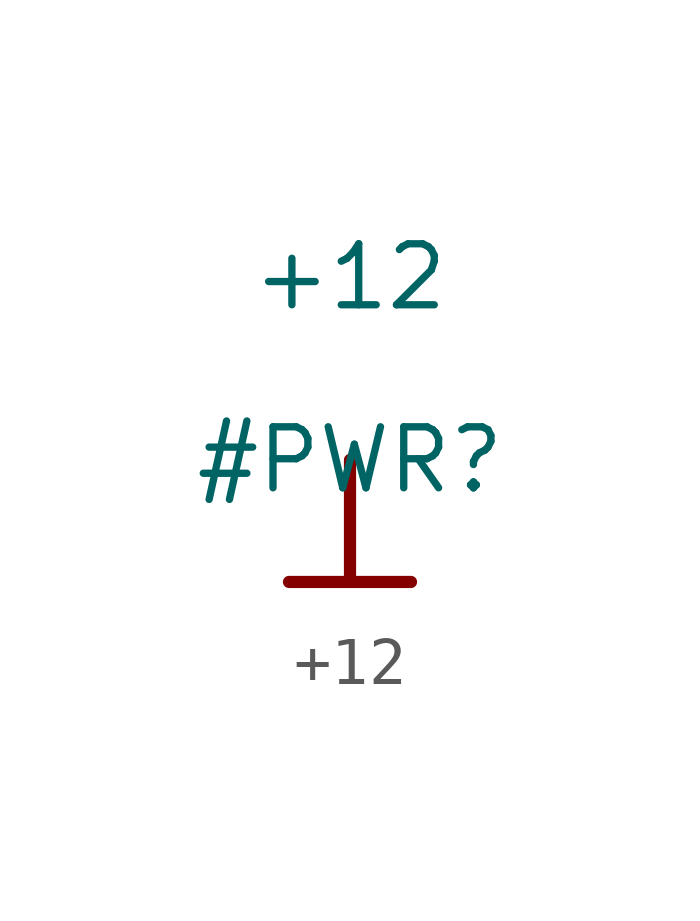
<source format=kicad_sym>
(kicad_symbol_lib
  (version 20220914)
  (generator kicad_symbol_editor)
  (symbol "+12"
    (power)
    (property "Reference" "#PWR"
      (at 0 0 0)
      (effects (font (size 1.27 1.27))))
    (property "Value" "+12"
      (at 0 3.81 0)
      (effects (font (size 1.27 1.27))))
    (symbol "+12_0_0"
      (polyline (pts (xy -1.27 -2.54) (xy 1.27 -2.54)) (stroke (width 0.254) (type solid)) (fill (type none)))
      (polyline (pts (xy 0 0) (xy 0 -2.54)) (stroke (width 0.254) (type solid)) (fill (type none)))
      (pin power_in line (at 0 0 0) (length 0) hide (name "+12" (effects (font (size 1.27 1.27)))) (number "" (effects (font (size 1.27 1.27))))))))
</source>
